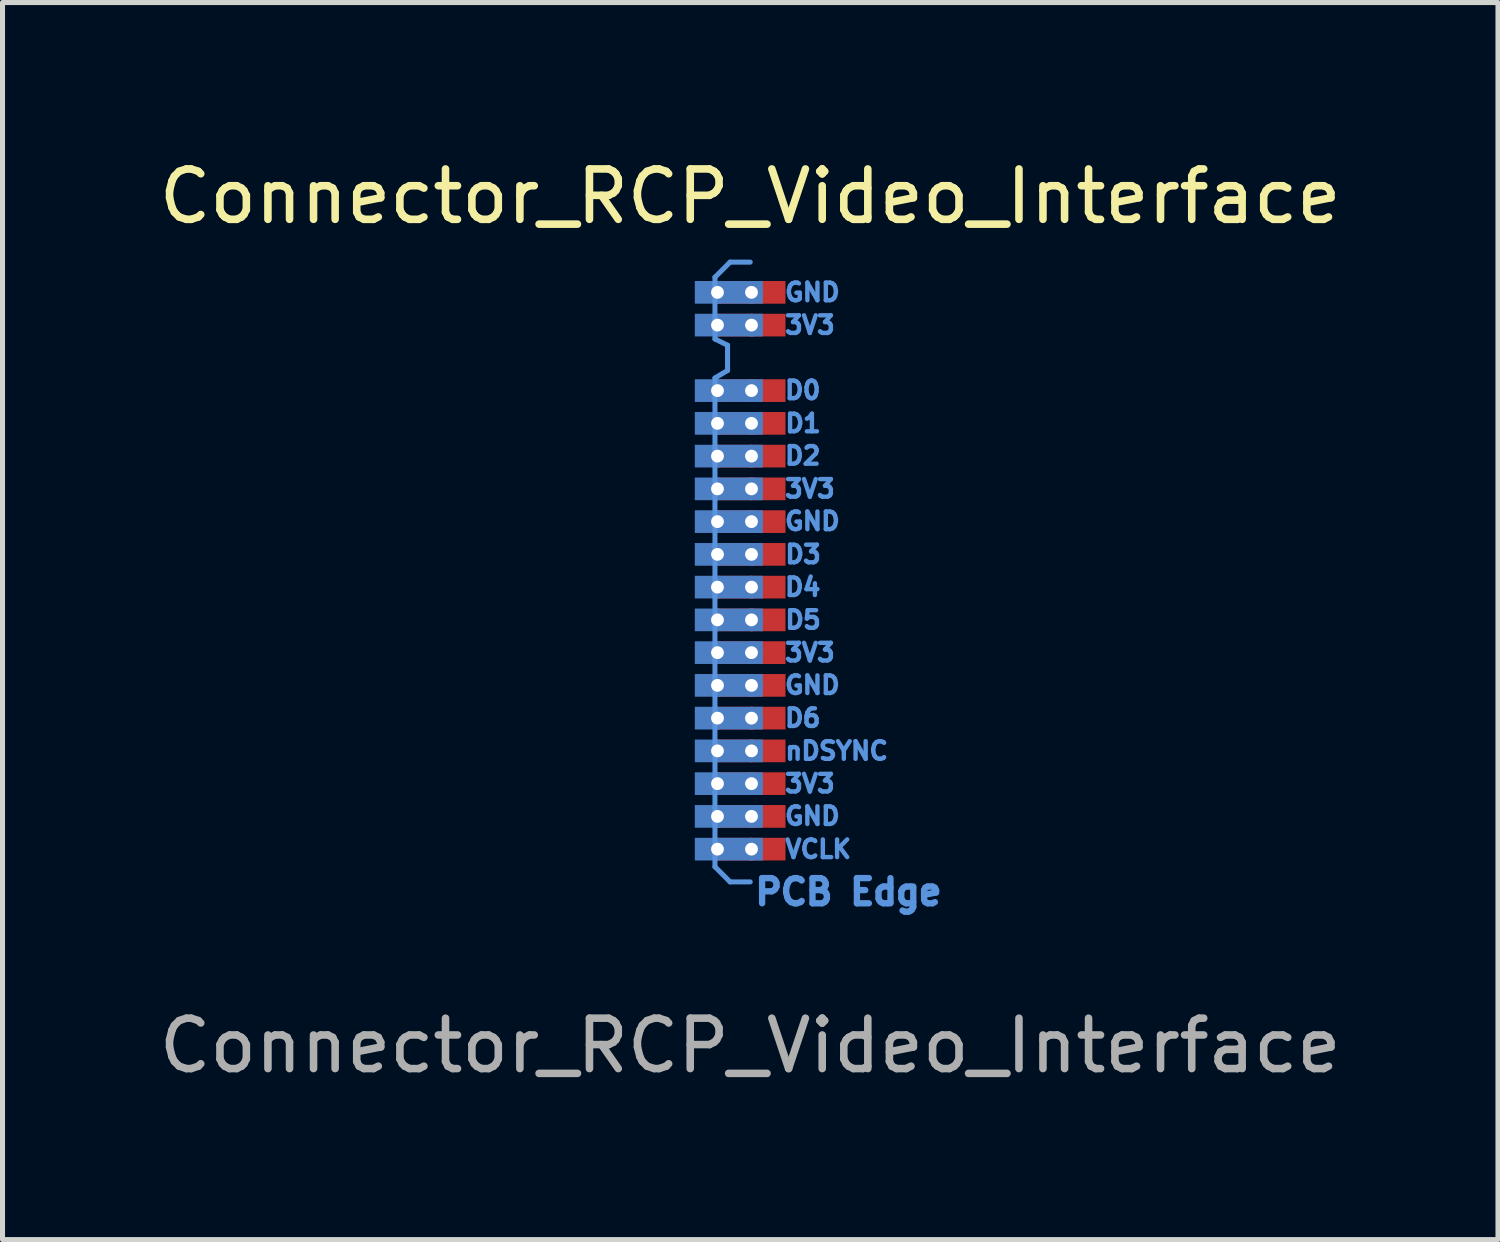
<source format=kicad_pcb>
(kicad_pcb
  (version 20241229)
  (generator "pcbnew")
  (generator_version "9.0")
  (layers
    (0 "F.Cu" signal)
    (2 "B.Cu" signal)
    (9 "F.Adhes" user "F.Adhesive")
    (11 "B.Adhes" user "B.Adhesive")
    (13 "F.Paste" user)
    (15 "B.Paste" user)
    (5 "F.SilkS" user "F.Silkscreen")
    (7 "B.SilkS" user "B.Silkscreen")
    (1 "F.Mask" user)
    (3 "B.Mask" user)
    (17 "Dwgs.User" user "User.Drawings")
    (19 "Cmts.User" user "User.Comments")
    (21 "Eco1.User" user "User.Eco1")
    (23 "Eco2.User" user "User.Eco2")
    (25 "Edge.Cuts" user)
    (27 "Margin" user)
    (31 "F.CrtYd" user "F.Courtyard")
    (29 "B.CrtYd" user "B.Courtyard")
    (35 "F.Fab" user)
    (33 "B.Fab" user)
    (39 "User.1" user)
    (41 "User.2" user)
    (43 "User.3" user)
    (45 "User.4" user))
  (footprint "Connector_RCP_Video_Interface"
    (layer "F.Cu")
    (at 11.189 13.802)
    (property "Reference" "Connector_RCP_Video_Interface" (at 0.65 -12.954 0) (unlocked yes) (layer "F.SilkS") (effects (font (size 1 1) (thickness 0.15))))
    (attr smd exclude_from_pos_files exclude_from_bom)
    (fp_line (start -0.05 -11.35) (end 0.25 -11.65) (stroke (width 0.1) (type solid)) (layer "Cmts.User"))
    (fp_line (start -0.05 -10.125) (end -0.05 -11.35) (stroke (width 0.1) (type solid)) (layer "Cmts.User"))
    (fp_line (start -0.05 -9.35) (end 0.2 -9.5) (stroke (width 0.1) (type solid)) (layer "Cmts.User"))
    (fp_line (start -0.05 0.35) (end -0.05 -9.35) (stroke (width 0.1) (type solid)) (layer "Cmts.User"))
    (fp_line (start 0.2 -10) (end -0.05 -10.125) (stroke (width 0.1) (type solid)) (layer "Cmts.User"))
    (fp_line (start 0.2 -9.5) (end 0.2 -10) (stroke (width 0.1) (type solid)) (layer "Cmts.User"))
    (fp_line (start 0.25 -11.65) (end 0.65 -11.65) (stroke (width 0.1) (type solid)) (layer "Cmts.User"))
    (fp_line (start 0.25 0.65) (end -0.05 0.35) (stroke (width 0.1) (type solid)) (layer "Cmts.User"))
    (fp_line (start 0.25 0.65) (end 0.65 0.65) (stroke (width 0.1) (type solid)) (layer "Cmts.User"))
    (fp_text user "VCLK" (at 1.3 0 0) (unlocked yes) (layer "Cmts.User") (effects (font (size 0.35 0.35) (thickness 0.087)) (justify left)))
    (fp_text user "3V3" (at 1.293 -3.902 0) (unlocked yes) (layer "Cmts.User") (effects (font (size 0.35 0.35) (thickness 0.087)) (justify left)))
    (fp_text user "nDSYNC" (at 1.3 -1.95 0) (unlocked yes) (layer "Cmts.User") (effects (font (size 0.35 0.35) (thickness 0.087)) (justify left)))
    (fp_text user "PCB Edge" (at 2.6 0.85 0) (unlocked yes) (layer "Cmts.User") (effects (font (size 0.5 0.5) (thickness 0.125))))
    (fp_text user "D2" (at 1.293 -7.807 0) (unlocked yes) (layer "Cmts.User") (effects (font (size 0.35 0.35) (thickness 0.087)) (justify left)))
    (fp_text user "3V3" (at 1.293 -1.302 0) (unlocked yes) (layer "Cmts.User") (effects (font (size 0.35 0.35) (thickness 0.087)) (justify left)))
    (fp_text user "3V3" (at 1.293 -7.152 0) (unlocked yes) (layer "Cmts.User") (effects (font (size 0.35 0.35) (thickness 0.087)) (justify left)))
    (fp_text user "GND" (at 1.293 -11.051 0) (unlocked yes) (layer "Cmts.User") (effects (font (size 0.35 0.35) (thickness 0.087)) (justify left)))
    (fp_text user "GND" (at 1.293 -6.508 0) (unlocked yes) (layer "Cmts.User") (effects (font (size 0.35 0.35) (thickness 0.087)) (justify left)))
    (fp_text user "D5" (at 1.3 -4.55 0) (unlocked yes) (layer "Cmts.User") (effects (font (size 0.35 0.35) (thickness 0.087)) (justify left)))
    (fp_text user "GND" (at 1.293 -0.657 0) (unlocked yes) (layer "Cmts.User") (effects (font (size 0.35 0.35) (thickness 0.087)) (justify left)))
    (fp_text user "D3" (at 1.3 -5.85 0) (unlocked yes) (layer "Cmts.User") (effects (font (size 0.35 0.35) (thickness 0.087)) (justify left)))
    (fp_text user "GND" (at 1.293 -3.256 0) (unlocked yes) (layer "Cmts.User") (effects (font (size 0.35 0.35) (thickness 0.087)) (justify left)))
    (fp_text user "3V3" (at 1.293 -10.402 0) (unlocked yes) (layer "Cmts.User") (effects (font (size 0.35 0.35) (thickness 0.087)) (justify left)))
    (fp_text user "D4" (at 1.293 -5.201 0) (unlocked yes) (layer "Cmts.User") (effects (font (size 0.35 0.35) (thickness 0.087)) (justify left)))
    (fp_text user "D6" (at 1.293 -2.602 0) (unlocked yes) (layer "Cmts.User") (effects (font (size 0.35 0.35) (thickness 0.087)) (justify left)))
    (fp_text user "D1" (at 1.3 -8.45 0) (unlocked yes) (layer "Cmts.User") (effects (font (size 0.35 0.35) (thickness 0.087)) (justify left)))
    (fp_text user "D0" (at 1.293 -9.107 0) (unlocked yes) (layer "Cmts.User") (effects (font (size 0.35 0.35) (thickness 0.087)) (justify left)))
    (fp_text user "${REFERENCE}" (at 0.65 3.9 0) (unlocked yes) (layer "F.Fab") (effects (font (size 1 1) (thickness 0.15))))
    (pad "11" thru_hole circle (at 0 0) (size 0.45 0.45) (drill 0.254) (layers "*.Cu" "*.Mask"))
    (pad "11" smd rect (at 0.225 0) (size 1.35 0.45) (layers "B.Cu" "B.Mask"))
    (pad "11" thru_hole circle (at 0.675 0) (size 0.45 0.45) (drill 0.254) (layers "*.Cu" "*.Mask"))
    (pad "11" smd rect (at 0.675 0) (size 1.35 0.45) (layers "F.Cu" "F.Mask"))
    (pad "12" thru_hole circle (at 0 -0.65) (size 0.45 0.45) (drill 0.254) (layers "*.Cu" "*.Mask"))
    (pad "12" smd rect (at 0.225 -0.65) (size 1.35 0.45) (layers "B.Cu" "B.Mask"))
    (pad "12" thru_hole circle (at 0.675 -0.65) (size 0.45 0.45) (drill 0.254) (layers "*.Cu" "*.Mask"))
    (pad "12" smd rect (at 0.675 -0.65) (size 1.35 0.45) (layers "F.Cu" "F.Mask"))
    (pad "13" thru_hole circle (at 0 -1.3) (size 0.45 0.45) (drill 0.254) (layers "*.Cu" "*.Mask"))
    (pad "13" smd rect (at 0.225 -1.3) (size 1.35 0.45) (layers "B.Cu" "B.Mask"))
    (pad "13" thru_hole circle (at 0.675 -1.3) (size 0.45 0.45) (drill 0.254) (layers "*.Cu" "*.Mask"))
    (pad "13" smd rect (at 0.675 -1.3) (size 1.35 0.45) (layers "F.Cu" "F.Mask"))
    (pad "14" thru_hole circle (at 0 -1.95) (size 0.45 0.45) (drill 0.254) (layers "*.Cu" "*.Mask"))
    (pad "14" smd rect (at 0.225 -1.95) (size 1.35 0.45) (layers "B.Cu" "B.Mask"))
    (pad "14" thru_hole circle (at 0.675 -1.95) (size 0.45 0.45) (drill 0.254) (layers "*.Cu" "*.Mask"))
    (pad "14" smd rect (at 0.675 -1.95) (size 1.35 0.45) (layers "F.Cu" "F.Mask"))
    (pad "15" thru_hole circle (at 0 -2.6) (size 0.45 0.45) (drill 0.254) (layers "*.Cu" "*.Mask"))
    (pad "15" smd rect (at 0.225 -2.6) (size 1.35 0.45) (layers "B.Cu" "B.Mask"))
    (pad "15" thru_hole circle (at 0.675 -2.6) (size 0.45 0.45) (drill 0.254) (layers "*.Cu" "*.Mask"))
    (pad "15" smd rect (at 0.675 -2.6) (size 1.35 0.45) (layers "F.Cu" "F.Mask"))
    (pad "16" thru_hole circle (at 0 -3.25) (size 0.45 0.45) (drill 0.254) (layers "*.Cu" "*.Mask"))
    (pad "16" smd rect (at 0.225 -3.25) (size 1.35 0.45) (layers "B.Cu" "B.Mask"))
    (pad "16" thru_hole circle (at 0.675 -3.25) (size 0.45 0.45) (drill 0.254) (layers "*.Cu" "*.Mask"))
    (pad "16" smd rect (at 0.675 -3.25) (size 1.35 0.45) (layers "F.Cu" "F.Mask"))
    (pad "17" thru_hole circle (at 0 -3.9) (size 0.45 0.45) (drill 0.254) (layers "*.Cu" "*.Mask"))
    (pad "17" smd rect (at 0.225 -3.9) (size 1.35 0.45) (layers "B.Cu" "B.Mask"))
    (pad "17" thru_hole circle (at 0.675 -3.9) (size 0.45 0.45) (drill 0.254) (layers "*.Cu" "*.Mask"))
    (pad "17" smd rect (at 0.675 -3.9) (size 1.35 0.45) (layers "F.Cu" "F.Mask"))
    (pad "18" thru_hole circle (at 0 -4.55) (size 0.45 0.45) (drill 0.254) (layers "*.Cu" "*.Mask"))
    (pad "18" smd rect (at 0.225 -4.55) (size 1.35 0.45) (layers "B.Cu" "B.Mask"))
    (pad "18" thru_hole circle (at 0.675 -4.55) (size 0.45 0.45) (drill 0.254) (layers "*.Cu" "*.Mask"))
    (pad "18" smd rect (at 0.675 -4.55) (size 1.35 0.45) (layers "F.Cu" "F.Mask"))
    (pad "19" thru_hole circle (at 0 -5.2) (size 0.45 0.45) (drill 0.254) (layers "*.Cu" "*.Mask"))
    (pad "19" smd rect (at 0.225 -5.2) (size 1.35 0.45) (layers "B.Cu" "B.Mask"))
    (pad "19" thru_hole circle (at 0.675 -5.2) (size 0.45 0.45) (drill 0.254) (layers "*.Cu" "*.Mask"))
    (pad "19" smd rect (at 0.675 -5.2) (size 1.35 0.45) (layers "F.Cu" "F.Mask"))
    (pad "20" thru_hole circle (at 0 -5.85) (size 0.45 0.45) (drill 0.254) (layers "*.Cu" "*.Mask"))
    (pad "20" smd rect (at 0.225 -5.85) (size 1.35 0.45) (layers "B.Cu" "B.Mask"))
    (pad "20" thru_hole circle (at 0.675 -5.85) (size 0.45 0.45) (drill 0.254) (layers "*.Cu" "*.Mask"))
    (pad "20" smd rect (at 0.675 -5.85) (size 1.35 0.45) (layers "F.Cu" "F.Mask"))
    (pad "21" thru_hole circle (at 0 -6.5) (size 0.45 0.45) (drill 0.254) (layers "*.Cu" "*.Mask"))
    (pad "21" smd rect (at 0.225 -6.5) (size 1.35 0.45) (layers "B.Cu" "B.Mask" "B.Paste"))
    (pad "21" thru_hole circle (at 0.675 -6.5) (size 0.45 0.45) (drill 0.254) (layers "*.Cu" "*.Mask"))
    (pad "21" smd rect (at 0.675 -6.5) (size 1.35 0.45) (layers "F.Cu" "F.Mask"))
    (pad "22" thru_hole circle (at 0 -7.15) (size 0.45 0.45) (drill 0.254) (layers "*.Cu" "*.Mask"))
    (pad "22" smd rect (at 0.225 -7.15) (size 1.35 0.45) (layers "B.Cu" "B.Mask"))
    (pad "22" thru_hole circle (at 0.675 -7.15) (size 0.45 0.45) (drill 0.254) (layers "*.Cu" "*.Mask"))
    (pad "22" smd rect (at 0.675 -7.15) (size 1.35 0.45) (layers "F.Cu" "F.Mask"))
    (pad "23" thru_hole circle (at 0 -7.8) (size 0.45 0.45) (drill 0.254) (layers "*.Cu" "*.Mask"))
    (pad "23" smd rect (at 0.225 -7.8) (size 1.35 0.45) (layers "B.Cu" "B.Mask"))
    (pad "23" thru_hole circle (at 0.675 -7.8) (size 0.45 0.45) (drill 0.254) (layers "*.Cu" "*.Mask"))
    (pad "23" smd rect (at 0.675 -7.8) (size 1.35 0.45) (layers "F.Cu" "F.Mask"))
    (pad "24" thru_hole circle (at 0 -8.45) (size 0.45 0.45) (drill 0.254) (layers "*.Cu" "*.Mask"))
    (pad "24" smd rect (at 0.225 -8.45) (size 1.35 0.45) (layers "B.Cu" "B.Mask"))
    (pad "24" thru_hole circle (at 0.675 -8.45) (size 0.45 0.45) (drill 0.254) (layers "*.Cu" "*.Mask"))
    (pad "24" smd rect (at 0.675 -8.45) (size 1.35 0.45) (layers "F.Cu" "F.Mask"))
    (pad "25" thru_hole circle (at 0 -9.1) (size 0.45 0.45) (drill 0.254) (layers "*.Cu" "*.Mask"))
    (pad "25" smd rect (at 0.225 -9.1) (size 1.35 0.45) (layers "B.Cu" "B.Mask"))
    (pad "25" thru_hole circle (at 0.675 -9.1) (size 0.45 0.45) (drill 0.254) (layers "*.Cu" "*.Mask"))
    (pad "25" smd rect (at 0.675 -9.1) (size 1.35 0.45) (layers "F.Cu" "F.Mask"))
    (pad "27" thru_hole circle (at 0 -10.4) (size 0.45 0.45) (drill 0.254) (layers "*.Cu" "*.Mask"))
    (pad "27" smd rect (at 0.225 -10.4) (size 1.35 0.45) (layers "B.Cu" "B.Mask"))
    (pad "27" thru_hole circle (at 0.675 -10.4) (size 0.45 0.45) (drill 0.254) (layers "*.Cu" "*.Mask"))
    (pad "27" smd rect (at 0.675 -10.4) (size 1.35 0.45) (layers "F.Cu" "F.Mask"))
    (pad "28" thru_hole circle (at 0 -11.05) (size 0.45 0.45) (drill 0.254) (layers "*.Cu" "*.Mask"))
    (pad "28" smd rect (at 0.225 -11.05) (size 1.35 0.45) (layers "B.Cu" "B.Mask"))
    (pad "28" thru_hole circle (at 0.675 -11.05) (size 0.45 0.45) (drill 0.254) (layers "*.Cu" "*.Mask"))
    (pad "28" smd rect (at 0.675 -11.05) (size 1.35 0.45) (layers "F.Cu" "F.Mask")))
  (gr_rect
    (start -3 -3)
    (end 26.679 21.55)
    (stroke (width 0.1) (type default))
    (fill no)
    (layer "Edge.Cuts")))
</source>
